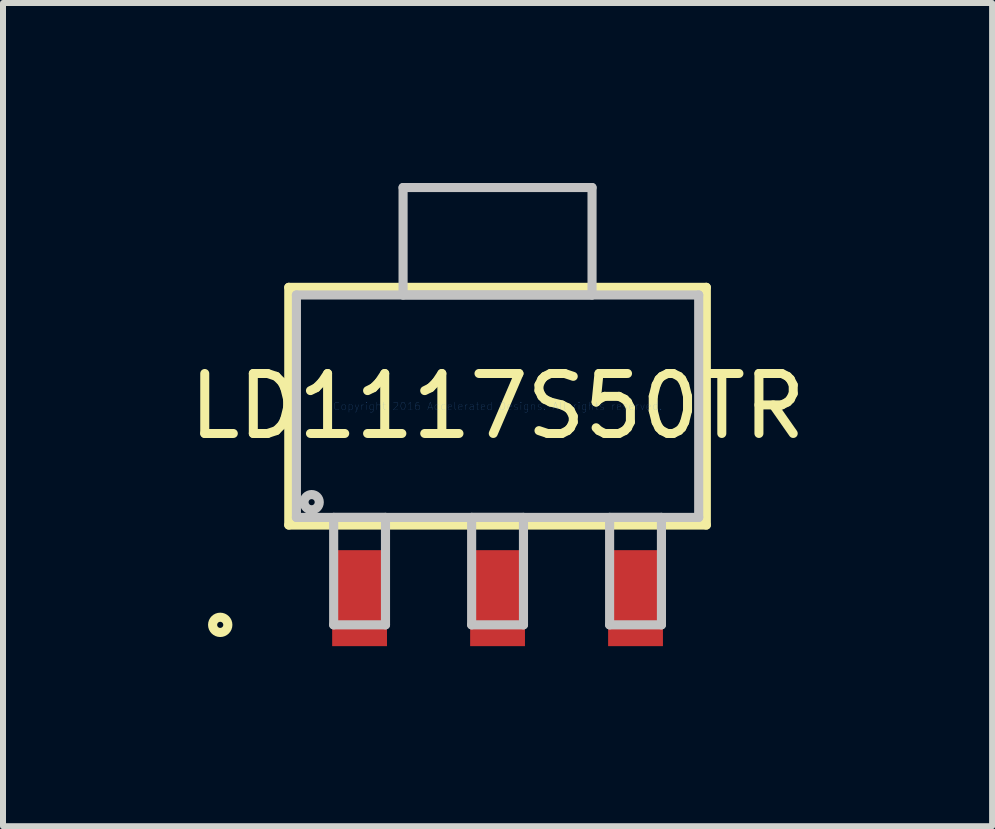
<source format=kicad_pcb>
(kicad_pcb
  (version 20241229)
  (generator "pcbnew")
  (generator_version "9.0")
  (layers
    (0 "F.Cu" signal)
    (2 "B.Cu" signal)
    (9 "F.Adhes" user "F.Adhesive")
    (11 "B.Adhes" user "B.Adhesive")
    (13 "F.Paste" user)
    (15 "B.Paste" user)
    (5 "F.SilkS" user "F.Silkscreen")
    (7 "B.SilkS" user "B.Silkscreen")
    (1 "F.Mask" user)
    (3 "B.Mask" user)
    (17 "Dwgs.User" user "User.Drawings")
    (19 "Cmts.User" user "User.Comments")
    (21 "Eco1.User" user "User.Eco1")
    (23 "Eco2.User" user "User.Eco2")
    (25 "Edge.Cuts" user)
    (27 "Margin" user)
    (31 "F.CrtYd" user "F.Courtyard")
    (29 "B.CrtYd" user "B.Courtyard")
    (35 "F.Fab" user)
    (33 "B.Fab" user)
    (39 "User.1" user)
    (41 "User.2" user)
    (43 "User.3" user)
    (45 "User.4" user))
  (footprint "LD1117S50TR"
    (layer "F.Cu")
    (at 5.244 3.721)
    (property "Reference" "LD1117S50TR" (at 0 0 0) (layer "F.SilkS") (effects (font (size 1 1) (thickness 0.15))))
    (attr through_hole)
    (fp_line (start -3.48 -1.981) (end -3.48 1.981) (stroke (width 0.152) (type solid)) (layer "F.SilkS"))
    (fp_line (start -3.48 1.981) (end 3.48 1.981) (stroke (width 0.152) (type solid)) (layer "F.SilkS"))
    (fp_line (start 3.48 -1.981) (end -3.48 -1.981) (stroke (width 0.152) (type solid)) (layer "F.SilkS"))
    (fp_line (start 3.48 1.981) (end 3.48 -1.981) (stroke (width 0.152) (type solid)) (layer "F.SilkS"))
    (fp_circle (center -4.623 3.645) (end -4.496 3.645) (stroke (width 0.152) (type solid)) (fill no) (layer "F.SilkS"))
    (fp_line (start -3.353 -1.854) (end -3.353 1.854) (stroke (width 0.152) (type solid)) (layer "Dwgs.User"))
    (fp_line (start -3.353 1.854) (end 3.353 1.854) (stroke (width 0.152) (type solid)) (layer "Dwgs.User"))
    (fp_line (start -2.732 1.854) (end -2.732 3.645) (stroke (width 0.152) (type solid)) (layer "Dwgs.User"))
    (fp_line (start -2.732 3.645) (end -1.868 3.645) (stroke (width 0.152) (type solid)) (layer "Dwgs.User"))
    (fp_line (start -1.868 1.854) (end -2.732 1.854) (stroke (width 0.152) (type solid)) (layer "Dwgs.User"))
    (fp_line (start -1.868 3.645) (end -1.868 1.854) (stroke (width 0.152) (type solid)) (layer "Dwgs.User"))
    (fp_line (start -1.575 -3.645) (end -1.575 -1.854) (stroke (width 0.152) (type solid)) (layer "Dwgs.User"))
    (fp_line (start -1.575 -1.854) (end 1.575 -1.854) (stroke (width 0.152) (type solid)) (layer "Dwgs.User"))
    (fp_line (start -0.432 1.854) (end -0.432 3.645) (stroke (width 0.152) (type solid)) (layer "Dwgs.User"))
    (fp_line (start -0.432 3.645) (end 0.432 3.645) (stroke (width 0.152) (type solid)) (layer "Dwgs.User"))
    (fp_line (start 0.432 1.854) (end -0.432 1.854) (stroke (width 0.152) (type solid)) (layer "Dwgs.User"))
    (fp_line (start 0.432 3.645) (end 0.432 1.854) (stroke (width 0.152) (type solid)) (layer "Dwgs.User"))
    (fp_line (start 1.575 -3.645) (end -1.575 -3.645) (stroke (width 0.152) (type solid)) (layer "Dwgs.User"))
    (fp_line (start 1.575 -1.854) (end 1.575 -3.645) (stroke (width 0.152) (type solid)) (layer "Dwgs.User"))
    (fp_line (start 1.868 1.854) (end 1.868 3.645) (stroke (width 0.152) (type solid)) (layer "Dwgs.User"))
    (fp_line (start 1.868 3.645) (end 2.732 3.645) (stroke (width 0.152) (type solid)) (layer "Dwgs.User"))
    (fp_line (start 2.732 1.854) (end 1.868 1.854) (stroke (width 0.152) (type solid)) (layer "Dwgs.User"))
    (fp_line (start 2.732 3.645) (end 2.732 1.854) (stroke (width 0.152) (type solid)) (layer "Dwgs.User"))
    (fp_line (start 3.353 -1.854) (end -3.353 -1.854) (stroke (width 0.152) (type solid)) (layer "Dwgs.User"))
    (fp_line (start 3.353 1.854) (end 3.353 -1.854) (stroke (width 0.152) (type solid)) (layer "Dwgs.User"))
    (fp_circle (center -3.099 1.6) (end -2.972 1.6) (stroke (width 0.152) (type solid)) (fill no) (layer "Dwgs.User"))
    (fp_text user "Copyright 2016 Accelerated Designs. All rights reserved." (at 0 0 0) (layer "Cmts.User") (effects (font (size 0.127 0.127) (thickness 0.002))))
    (pad "1" smd rect (at -2.3 3.2) (size 0.914 1.6) (layers "F.Cu" "F.Mask" "F.Paste"))
    (pad "2" smd rect (at 0 3.2) (size 0.914 1.6) (layers "F.Cu" "F.Mask" "F.Paste"))
    (pad "3" smd rect (at 2.3 3.2) (size 0.914 1.6) (layers "F.Cu" "F.Mask" "F.Paste")))
  (gr_rect
    (start -3 -3)
    (end 13.488 10.722)
    (stroke (width 0.1) (type default))
    (fill no)
    (layer "Edge.Cuts")))
</source>
